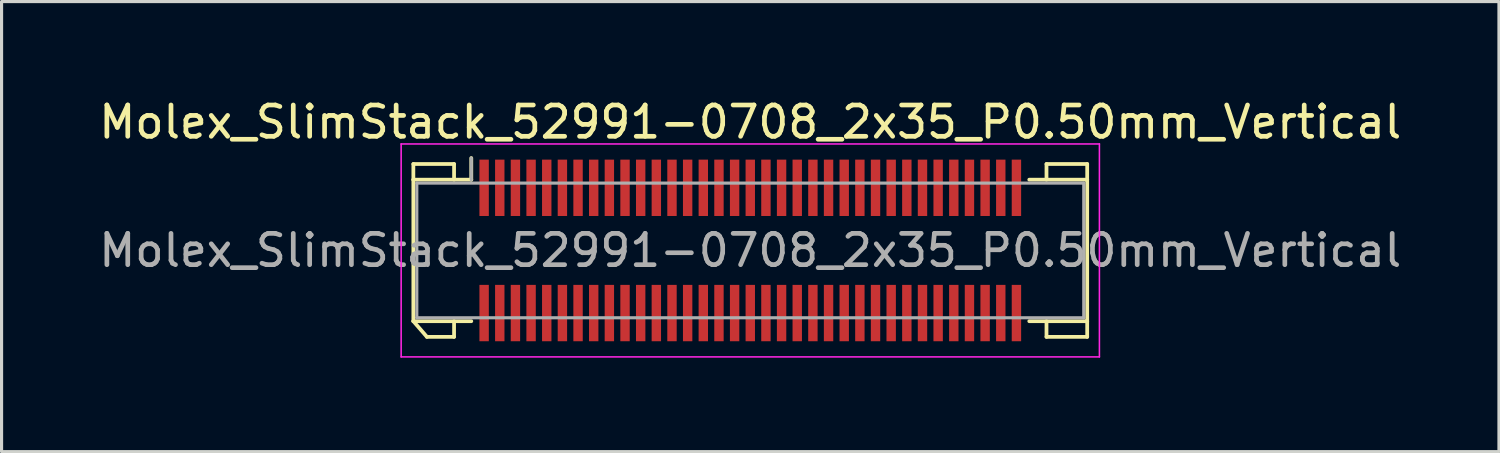
<source format=kicad_pcb>
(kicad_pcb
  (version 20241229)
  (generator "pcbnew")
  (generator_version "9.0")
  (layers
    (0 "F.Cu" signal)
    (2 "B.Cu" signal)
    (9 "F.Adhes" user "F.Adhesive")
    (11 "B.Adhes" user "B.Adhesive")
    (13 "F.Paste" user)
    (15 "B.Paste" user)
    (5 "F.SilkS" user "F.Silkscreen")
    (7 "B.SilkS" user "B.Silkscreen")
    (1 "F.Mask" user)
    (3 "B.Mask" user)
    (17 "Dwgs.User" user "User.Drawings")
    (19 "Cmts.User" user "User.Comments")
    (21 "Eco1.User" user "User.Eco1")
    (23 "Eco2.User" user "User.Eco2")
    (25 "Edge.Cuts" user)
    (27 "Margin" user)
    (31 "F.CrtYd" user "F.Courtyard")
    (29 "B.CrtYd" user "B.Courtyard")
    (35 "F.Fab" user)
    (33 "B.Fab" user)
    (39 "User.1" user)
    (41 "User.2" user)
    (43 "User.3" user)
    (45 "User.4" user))
  (footprint "Molex_SlimStack_52991-0708_2x35_P0.50mm_Vertical"
    (layer "F.Cu")
    (at 20.911 4.948)
    (property "Reference" "Molex_SlimStack_52991-0708_2x35_P0.50mm_Vertical" (at 0 -4.1 0) (layer "F.SilkS") (effects (font (size 1 1) (thickness 0.15))))
    (attr smd)
    (fp_line (start -10.76 -2.76) (end -9.46 -2.76) (stroke (width 0.12) (type solid)) (layer "F.SilkS"))
    (fp_line (start -10.76 -2.26) (end -10.76 -2.76) (stroke (width 0.12) (type solid)) (layer "F.SilkS"))
    (fp_line (start -10.76 -2.26) (end -8.91 -2.26) (stroke (width 0.12) (type solid)) (layer "F.SilkS"))
    (fp_line (start -10.76 2.26) (end -10.76 -2.26) (stroke (width 0.12) (type solid)) (layer "F.SilkS"))
    (fp_line (start -10.76 2.26) (end -10.327 2.76) (stroke (width 0.12) (type solid)) (layer "F.SilkS"))
    (fp_line (start -10.327 2.76) (end -9.46 2.76) (stroke (width 0.12) (type solid)) (layer "F.SilkS"))
    (fp_line (start -9.46 -2.76) (end -9.46 -2.26) (stroke (width 0.12) (type solid)) (layer "F.SilkS"))
    (fp_line (start -9.46 2.76) (end -9.46 2.26) (stroke (width 0.12) (type solid)) (layer "F.SilkS"))
    (fp_line (start -8.91 -2.26) (end -8.91 -2.95) (stroke (width 0.12) (type solid)) (layer "F.SilkS"))
    (fp_line (start -8.91 2.26) (end -10.76 2.26) (stroke (width 0.12) (type solid)) (layer "F.SilkS"))
    (fp_line (start 8.91 2.26) (end 10.76 2.26) (stroke (width 0.12) (type solid)) (layer "F.SilkS"))
    (fp_line (start 9.46 -2.76) (end 9.46 -2.26) (stroke (width 0.12) (type solid)) (layer "F.SilkS"))
    (fp_line (start 9.46 2.76) (end 9.46 2.26) (stroke (width 0.12) (type solid)) (layer "F.SilkS"))
    (fp_line (start 10.76 -2.76) (end 9.46 -2.76) (stroke (width 0.12) (type solid)) (layer "F.SilkS"))
    (fp_line (start 10.76 -2.26) (end 8.91 -2.26) (stroke (width 0.12) (type solid)) (layer "F.SilkS"))
    (fp_line (start 10.76 -2.26) (end 10.76 -2.76) (stroke (width 0.12) (type solid)) (layer "F.SilkS"))
    (fp_line (start 10.76 2.26) (end 10.76 -2.26) (stroke (width 0.12) (type solid)) (layer "F.SilkS"))
    (fp_line (start 10.76 2.26) (end 10.76 2.76) (stroke (width 0.12) (type solid)) (layer "F.SilkS"))
    (fp_line (start 10.76 2.76) (end 9.46 2.76) (stroke (width 0.12) (type solid)) (layer "F.SilkS"))
    (fp_line (start -11.15 -3.4) (end -11.15 3.4) (stroke (width 0.05) (type solid)) (layer "F.CrtYd"))
    (fp_line (start -11.15 3.4) (end 11.15 3.4) (stroke (width 0.05) (type solid)) (layer "F.CrtYd"))
    (fp_line (start 11.15 -3.4) (end -11.15 -3.4) (stroke (width 0.05) (type solid)) (layer "F.CrtYd"))
    (fp_line (start 11.15 3.4) (end 11.15 -3.4) (stroke (width 0.05) (type solid)) (layer "F.CrtYd"))
    (fp_line (start -10.65 -2.15) (end -10.65 2.15) (stroke (width 0.1) (type solid)) (layer "F.Fab"))
    (fp_line (start -10.65 2.15) (end 10.65 2.15) (stroke (width 0.1) (type solid)) (layer "F.Fab"))
    (fp_line (start -8.91 -2.26) (end -8.91 -2.95) (stroke (width 0.1) (type solid)) (layer "F.Fab"))
    (fp_line (start 10.65 -2.15) (end -10.65 -2.15) (stroke (width 0.1) (type solid)) (layer "F.Fab"))
    (fp_line (start 10.65 2.15) (end 10.65 -2.15) (stroke (width 0.1) (type solid)) (layer "F.Fab"))
    (fp_text user "${REFERENCE}" (at 0 0 0) (layer "F.Fab") (effects (font (size 1 1) (thickness 0.15))))
    (pad "1" smd rect (at -8.5 -2) (size 0.3 1.8) (layers "F.Cu" "F.Mask" "F.Paste"))
    (pad "2" smd rect (at -8.5 2) (size 0.3 1.8) (layers "F.Cu" "F.Mask" "F.Paste"))
    (pad "3" smd rect (at -8 -2) (size 0.3 1.8) (layers "F.Cu" "F.Mask" "F.Paste"))
    (pad "4" smd rect (at -8 2) (size 0.3 1.8) (layers "F.Cu" "F.Mask" "F.Paste"))
    (pad "5" smd rect (at -7.5 -2) (size 0.3 1.8) (layers "F.Cu" "F.Mask" "F.Paste"))
    (pad "6" smd rect (at -7.5 2) (size 0.3 1.8) (layers "F.Cu" "F.Mask" "F.Paste"))
    (pad "7" smd rect (at -7 -2) (size 0.3 1.8) (layers "F.Cu" "F.Mask" "F.Paste"))
    (pad "8" smd rect (at -7 2) (size 0.3 1.8) (layers "F.Cu" "F.Mask" "F.Paste"))
    (pad "9" smd rect (at -6.5 -2) (size 0.3 1.8) (layers "F.Cu" "F.Mask" "F.Paste"))
    (pad "10" smd rect (at -6.5 2) (size 0.3 1.8) (layers "F.Cu" "F.Mask" "F.Paste"))
    (pad "11" smd rect (at -6 -2) (size 0.3 1.8) (layers "F.Cu" "F.Mask" "F.Paste"))
    (pad "12" smd rect (at -6 2) (size 0.3 1.8) (layers "F.Cu" "F.Mask" "F.Paste"))
    (pad "13" smd rect (at -5.5 -2) (size 0.3 1.8) (layers "F.Cu" "F.Mask" "F.Paste"))
    (pad "14" smd rect (at -5.5 2) (size 0.3 1.8) (layers "F.Cu" "F.Mask" "F.Paste"))
    (pad "15" smd rect (at -5 -2) (size 0.3 1.8) (layers "F.Cu" "F.Mask" "F.Paste"))
    (pad "16" smd rect (at -5 2) (size 0.3 1.8) (layers "F.Cu" "F.Mask" "F.Paste"))
    (pad "17" smd rect (at -4.5 -2) (size 0.3 1.8) (layers "F.Cu" "F.Mask" "F.Paste"))
    (pad "18" smd rect (at -4.5 2) (size 0.3 1.8) (layers "F.Cu" "F.Mask" "F.Paste"))
    (pad "19" smd rect (at -4 -2) (size 0.3 1.8) (layers "F.Cu" "F.Mask" "F.Paste"))
    (pad "20" smd rect (at -4 2) (size 0.3 1.8) (layers "F.Cu" "F.Mask" "F.Paste"))
    (pad "21" smd rect (at -3.5 -2) (size 0.3 1.8) (layers "F.Cu" "F.Mask" "F.Paste"))
    (pad "22" smd rect (at -3.5 2) (size 0.3 1.8) (layers "F.Cu" "F.Mask" "F.Paste"))
    (pad "23" smd rect (at -3 -2) (size 0.3 1.8) (layers "F.Cu" "F.Mask" "F.Paste"))
    (pad "24" smd rect (at -3 2) (size 0.3 1.8) (layers "F.Cu" "F.Mask" "F.Paste"))
    (pad "25" smd rect (at -2.5 -2) (size 0.3 1.8) (layers "F.Cu" "F.Mask" "F.Paste"))
    (pad "26" smd rect (at -2.5 2) (size 0.3 1.8) (layers "F.Cu" "F.Mask" "F.Paste"))
    (pad "27" smd rect (at -2 -2) (size 0.3 1.8) (layers "F.Cu" "F.Mask" "F.Paste"))
    (pad "28" smd rect (at -2 2) (size 0.3 1.8) (layers "F.Cu" "F.Mask" "F.Paste"))
    (pad "29" smd rect (at -1.5 -2) (size 0.3 1.8) (layers "F.Cu" "F.Mask" "F.Paste"))
    (pad "30" smd rect (at -1.5 2) (size 0.3 1.8) (layers "F.Cu" "F.Mask" "F.Paste"))
    (pad "31" smd rect (at -1 -2) (size 0.3 1.8) (layers "F.Cu" "F.Mask" "F.Paste"))
    (pad "32" smd rect (at -1 2) (size 0.3 1.8) (layers "F.Cu" "F.Mask" "F.Paste"))
    (pad "33" smd rect (at -0.5 -2) (size 0.3 1.8) (layers "F.Cu" "F.Mask" "F.Paste"))
    (pad "34" smd rect (at -0.5 2) (size 0.3 1.8) (layers "F.Cu" "F.Mask" "F.Paste"))
    (pad "35" smd rect (at 0 -2) (size 0.3 1.8) (layers "F.Cu" "F.Mask" "F.Paste"))
    (pad "36" smd rect (at 0 2) (size 0.3 1.8) (layers "F.Cu" "F.Mask" "F.Paste"))
    (pad "37" smd rect (at 0.5 -2) (size 0.3 1.8) (layers "F.Cu" "F.Mask" "F.Paste"))
    (pad "38" smd rect (at 0.5 2) (size 0.3 1.8) (layers "F.Cu" "F.Mask" "F.Paste"))
    (pad "39" smd rect (at 1 -2) (size 0.3 1.8) (layers "F.Cu" "F.Mask" "F.Paste"))
    (pad "40" smd rect (at 1 2) (size 0.3 1.8) (layers "F.Cu" "F.Mask" "F.Paste"))
    (pad "41" smd rect (at 1.5 -2) (size 0.3 1.8) (layers "F.Cu" "F.Mask" "F.Paste"))
    (pad "42" smd rect (at 1.5 2) (size 0.3 1.8) (layers "F.Cu" "F.Mask" "F.Paste"))
    (pad "43" smd rect (at 2 -2) (size 0.3 1.8) (layers "F.Cu" "F.Mask" "F.Paste"))
    (pad "44" smd rect (at 2 2) (size 0.3 1.8) (layers "F.Cu" "F.Mask" "F.Paste"))
    (pad "45" smd rect (at 2.5 -2) (size 0.3 1.8) (layers "F.Cu" "F.Mask" "F.Paste"))
    (pad "46" smd rect (at 2.5 2) (size 0.3 1.8) (layers "F.Cu" "F.Mask" "F.Paste"))
    (pad "47" smd rect (at 3 -2) (size 0.3 1.8) (layers "F.Cu" "F.Mask" "F.Paste"))
    (pad "48" smd rect (at 3 2) (size 0.3 1.8) (layers "F.Cu" "F.Mask" "F.Paste"))
    (pad "49" smd rect (at 3.5 -2) (size 0.3 1.8) (layers "F.Cu" "F.Mask" "F.Paste"))
    (pad "50" smd rect (at 3.5 2) (size 0.3 1.8) (layers "F.Cu" "F.Mask" "F.Paste"))
    (pad "51" smd rect (at 4 -2) (size 0.3 1.8) (layers "F.Cu" "F.Mask" "F.Paste"))
    (pad "52" smd rect (at 4 2) (size 0.3 1.8) (layers "F.Cu" "F.Mask" "F.Paste"))
    (pad "53" smd rect (at 4.5 -2) (size 0.3 1.8) (layers "F.Cu" "F.Mask" "F.Paste"))
    (pad "54" smd rect (at 4.5 2) (size 0.3 1.8) (layers "F.Cu" "F.Mask" "F.Paste"))
    (pad "55" smd rect (at 5 -2) (size 0.3 1.8) (layers "F.Cu" "F.Mask" "F.Paste"))
    (pad "56" smd rect (at 5 2) (size 0.3 1.8) (layers "F.Cu" "F.Mask" "F.Paste"))
    (pad "57" smd rect (at 5.5 -2) (size 0.3 1.8) (layers "F.Cu" "F.Mask" "F.Paste"))
    (pad "58" smd rect (at 5.5 2) (size 0.3 1.8) (layers "F.Cu" "F.Mask" "F.Paste"))
    (pad "59" smd rect (at 6 -2) (size 0.3 1.8) (layers "F.Cu" "F.Mask" "F.Paste"))
    (pad "60" smd rect (at 6 2) (size 0.3 1.8) (layers "F.Cu" "F.Mask" "F.Paste"))
    (pad "61" smd rect (at 6.5 -2) (size 0.3 1.8) (layers "F.Cu" "F.Mask" "F.Paste"))
    (pad "62" smd rect (at 6.5 2) (size 0.3 1.8) (layers "F.Cu" "F.Mask" "F.Paste"))
    (pad "63" smd rect (at 7 -2) (size 0.3 1.8) (layers "F.Cu" "F.Mask" "F.Paste"))
    (pad "64" smd rect (at 7 2) (size 0.3 1.8) (layers "F.Cu" "F.Mask" "F.Paste"))
    (pad "65" smd rect (at 7.5 -2) (size 0.3 1.8) (layers "F.Cu" "F.Mask" "F.Paste"))
    (pad "66" smd rect (at 7.5 2) (size 0.3 1.8) (layers "F.Cu" "F.Mask" "F.Paste"))
    (pad "67" smd rect (at 8 -2) (size 0.3 1.8) (layers "F.Cu" "F.Mask" "F.Paste"))
    (pad "68" smd rect (at 8 2) (size 0.3 1.8) (layers "F.Cu" "F.Mask" "F.Paste"))
    (pad "69" smd rect (at 8.5 -2) (size 0.3 1.8) (layers "F.Cu" "F.Mask" "F.Paste"))
    (pad "70" smd rect (at 8.5 2) (size 0.3 1.8) (layers "F.Cu" "F.Mask" "F.Paste")))
  (gr_rect
    (start -3 -3)
    (end 44.821 11.373)
    (stroke (width 0.1) (type default))
    (fill no)
    (layer "Edge.Cuts")))
</source>
